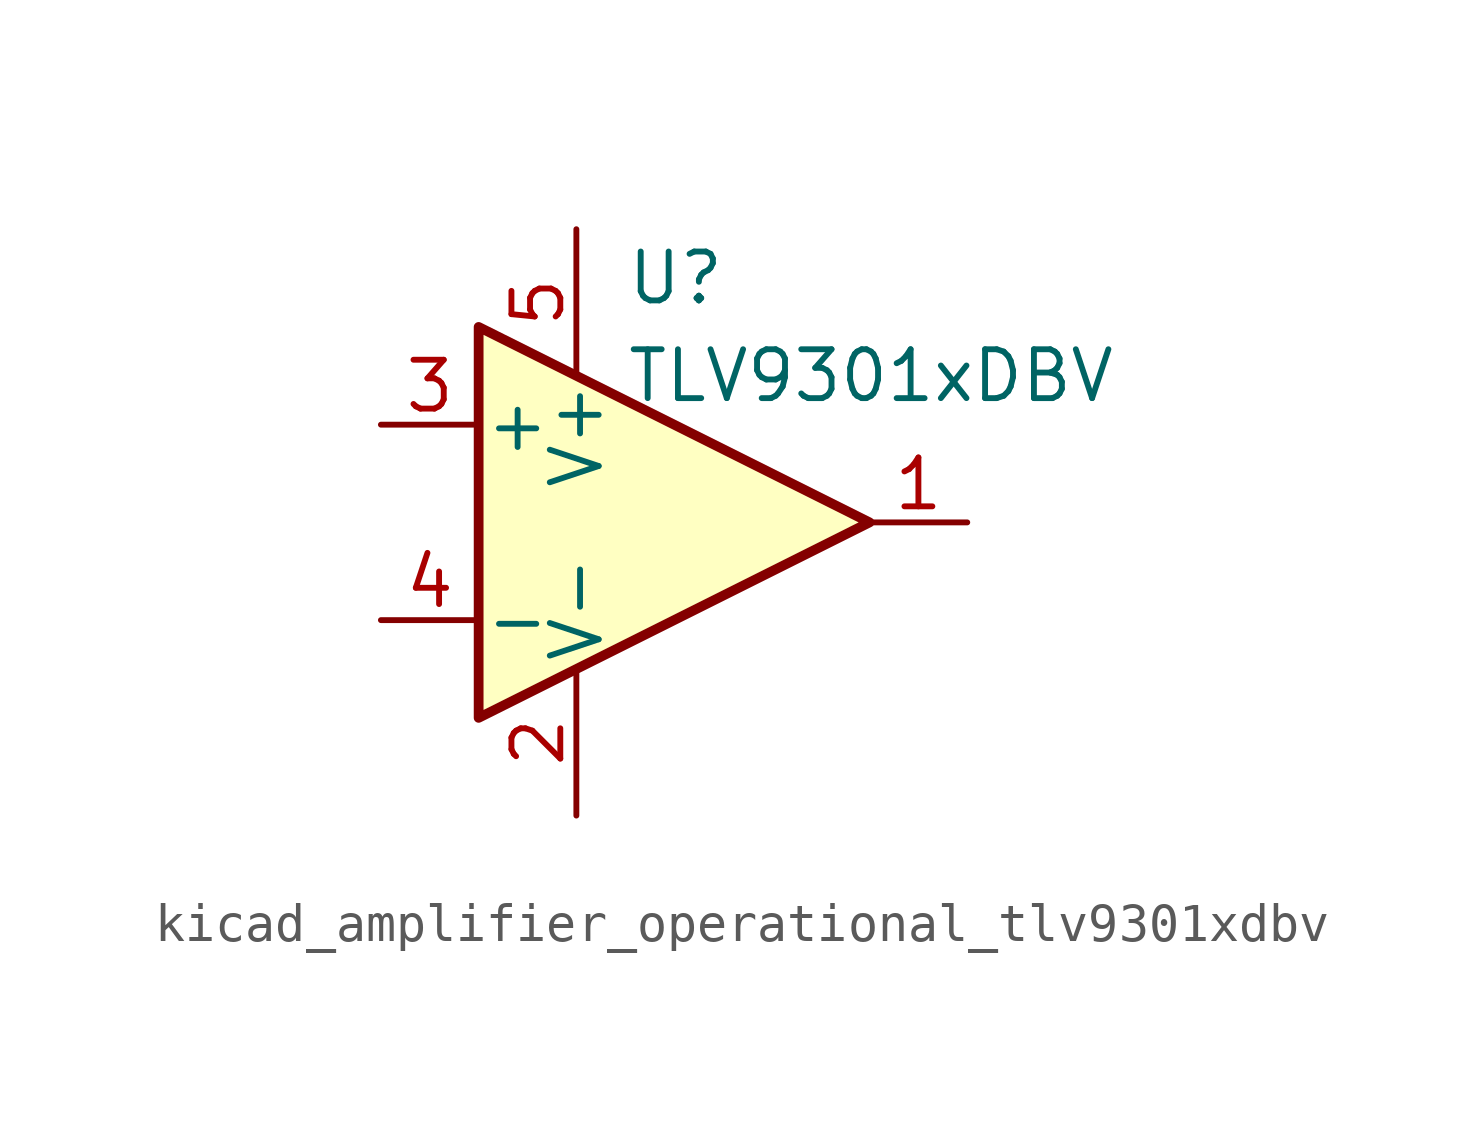
<source format=kicad_sym>
(kicad_symbol_lib
  (version 20220914)
  (generator kicad_symbol_editor)
  (symbol "kicad_amplifier_operational_tlv9301xdbv"
    (pin_names
      (offset 0.127))
    (property "Reference" "U"
      (at -1.27 6.35 0)
      (effects (font (size 1.27 1.27)) (justify left)))
    (property "Value" "TLV9301xDBV"
      (at -1.27 3.81 0)
      (effects (font (size 1.27 1.27)) (justify left)))
    (symbol "kicad_amplifier_operational_tlv9301xdbv_0_1"
      (polyline (pts (xy -5.08 5.08) (xy 5.08 0) (xy -5.08 -5.08) (xy -5.08 5.08)) (stroke (width 0.254) (type default)) (fill (type background)))
      (pin power_in line (at -2.54 -7.62 90) (length 3.81) (name "V-" (effects (font (size 1.27 1.27)))) (number "2" (effects (font (size 1.27 1.27)))))
      (pin power_in line (at -2.54 7.62 270) (length 3.81) (name "V+" (effects (font (size 1.27 1.27)))) (number "5" (effects (font (size 1.27 1.27))))))
    (symbol "kicad_amplifier_operational_tlv9301xdbv_1_1"
      (pin output line (at 7.62 0 180) (length 2.54) (name "~" (effects (font (size 1.27 1.27)))) (number "1" (effects (font (size 1.27 1.27)))))
      (pin input line (at -7.62 2.54 0) (length 2.54) (name "+" (effects (font (size 1.27 1.27)))) (number "3" (effects (font (size 1.27 1.27)))))
      (pin input line (at -7.62 -2.54 0) (length 2.54) (name "-" (effects (font (size 1.27 1.27)))) (number "4" (effects (font (size 1.27 1.27))))))))
</source>
